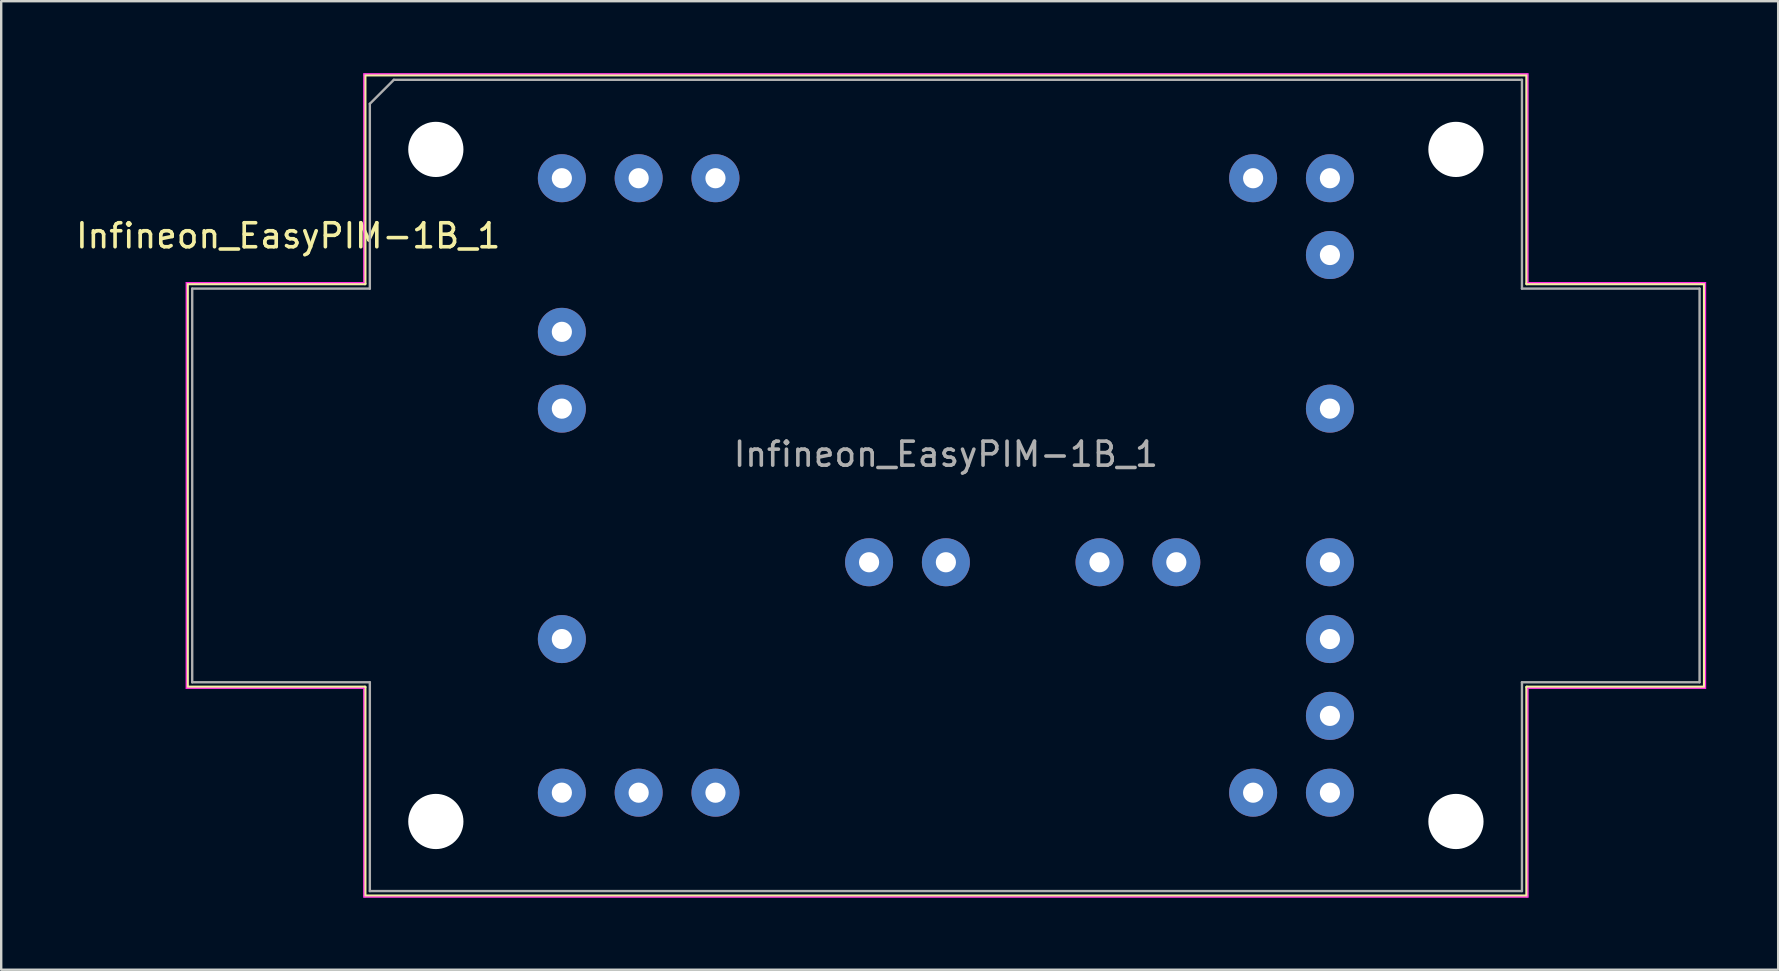
<source format=kicad_pcb>
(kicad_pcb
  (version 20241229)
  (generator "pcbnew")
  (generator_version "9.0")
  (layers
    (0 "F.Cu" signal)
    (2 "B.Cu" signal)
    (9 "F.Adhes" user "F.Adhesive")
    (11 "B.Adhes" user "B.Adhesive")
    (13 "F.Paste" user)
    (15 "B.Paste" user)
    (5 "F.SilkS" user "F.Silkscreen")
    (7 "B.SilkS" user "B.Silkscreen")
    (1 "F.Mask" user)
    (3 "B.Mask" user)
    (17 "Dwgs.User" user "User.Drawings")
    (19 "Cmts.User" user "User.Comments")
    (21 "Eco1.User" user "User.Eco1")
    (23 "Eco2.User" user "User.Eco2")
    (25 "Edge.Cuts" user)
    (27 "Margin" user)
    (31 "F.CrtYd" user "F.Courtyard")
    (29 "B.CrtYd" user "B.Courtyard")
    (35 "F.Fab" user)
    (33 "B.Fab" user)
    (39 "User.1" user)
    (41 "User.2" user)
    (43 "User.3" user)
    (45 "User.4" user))
  (footprint "Infineon_EasyPIM-1B_1"
    (layer "F.Cu")
    (at 20.358 4.375)
    (property "Reference" "Infineon_EasyPIM-1B_1" (at -11.4 2.4 0) (layer "F.SilkS") (effects (font (size 1 1) (thickness 0.15))))
    (attr through_hole)
    (fp_line (start -15.6 4.4) (end -15.6 21.2) (stroke (width 0.12) (type solid)) (layer "F.SilkS"))
    (fp_line (start -15.6 21.2) (end -8.2 21.2) (stroke (width 0.12) (type solid)) (layer "F.SilkS"))
    (fp_line (start -8.2 -4.3) (end -8.2 4.4) (stroke (width 0.12) (type solid)) (layer "F.SilkS"))
    (fp_line (start -8.2 4.4) (end -15.6 4.4) (stroke (width 0.12) (type solid)) (layer "F.SilkS"))
    (fp_line (start -8.2 21.2) (end -8.2 29.9) (stroke (width 0.12) (type solid)) (layer "F.SilkS"))
    (fp_line (start -8.2 29.9) (end 40.2 29.9) (stroke (width 0.12) (type solid)) (layer "F.SilkS"))
    (fp_line (start 40.2 -4.3) (end -8.2 -4.3) (stroke (width 0.12) (type solid)) (layer "F.SilkS"))
    (fp_line (start 40.2 4.4) (end 40.2 -4.3) (stroke (width 0.12) (type solid)) (layer "F.SilkS"))
    (fp_line (start 40.2 21.2) (end 47.6 21.2) (stroke (width 0.12) (type solid)) (layer "F.SilkS"))
    (fp_line (start 40.2 29.9) (end 40.2 21.2) (stroke (width 0.12) (type solid)) (layer "F.SilkS"))
    (fp_line (start 47.6 4.4) (end 40.2 4.4) (stroke (width 0.12) (type solid)) (layer "F.SilkS"))
    (fp_line (start 47.6 21.2) (end 47.6 4.4) (stroke (width 0.12) (type solid)) (layer "F.SilkS"))
    (fp_line (start -15.65 4.35) (end -15.65 21.25) (stroke (width 0.05) (type solid)) (layer "F.CrtYd"))
    (fp_line (start -8.25 -4.35) (end -8.25 4.35) (stroke (width 0.05) (type solid)) (layer "F.CrtYd"))
    (fp_line (start -8.25 -4.35) (end 40.25 -4.35) (stroke (width 0.05) (type solid)) (layer "F.CrtYd"))
    (fp_line (start -8.25 4.35) (end -15.65 4.35) (stroke (width 0.05) (type solid)) (layer "F.CrtYd"))
    (fp_line (start -8.25 21.25) (end -15.65 21.25) (stroke (width 0.05) (type solid)) (layer "F.CrtYd"))
    (fp_line (start -8.25 29.95) (end -8.25 21.25) (stroke (width 0.05) (type solid)) (layer "F.CrtYd"))
    (fp_line (start 40.25 4.35) (end 40.25 -4.35) (stroke (width 0.05) (type solid)) (layer "F.CrtYd"))
    (fp_line (start 40.25 21.25) (end 47.65 21.25) (stroke (width 0.05) (type solid)) (layer "F.CrtYd"))
    (fp_line (start 40.25 29.95) (end -8.25 29.95) (stroke (width 0.05) (type solid)) (layer "F.CrtYd"))
    (fp_line (start 40.25 29.95) (end 40.25 21.25) (stroke (width 0.05) (type solid)) (layer "F.CrtYd"))
    (fp_line (start 47.65 4.35) (end 40.25 4.35) (stroke (width 0.05) (type solid)) (layer "F.CrtYd"))
    (fp_line (start 47.65 21.25) (end 47.65 4.35) (stroke (width 0.05) (type solid)) (layer "F.CrtYd"))
    (fp_line (start -15.4 4.6) (end -15.4 21) (stroke (width 0.1) (type solid)) (layer "F.Fab"))
    (fp_line (start -15.4 4.6) (end -8 4.6) (stroke (width 0.1) (type solid)) (layer "F.Fab"))
    (fp_line (start -15.4 21) (end -8 21) (stroke (width 0.1) (type solid)) (layer "F.Fab"))
    (fp_line (start -8 4.6) (end -8 -3.1) (stroke (width 0.1) (type solid)) (layer "F.Fab"))
    (fp_line (start -8 29.7) (end -8 21) (stroke (width 0.1) (type solid)) (layer "F.Fab"))
    (fp_line (start -7 -4.1) (end -8 -3.1) (stroke (width 0.1) (type solid)) (layer "F.Fab"))
    (fp_line (start -7 -4.1) (end 40 -4.1) (stroke (width 0.1) (type solid)) (layer "F.Fab"))
    (fp_line (start 40 4.6) (end 40 -4.1) (stroke (width 0.1) (type solid)) (layer "F.Fab"))
    (fp_line (start 40 21) (end 40 29.7) (stroke (width 0.1) (type solid)) (layer "F.Fab"))
    (fp_line (start 40 29.7) (end -8 29.7) (stroke (width 0.1) (type solid)) (layer "F.Fab"))
    (fp_line (start 47.4 4.6) (end 40 4.6) (stroke (width 0.1) (type solid)) (layer "F.Fab"))
    (fp_line (start 47.4 4.6) (end 47.4 21) (stroke (width 0.1) (type solid)) (layer "F.Fab"))
    (fp_line (start 47.4 21) (end 40 21) (stroke (width 0.1) (type solid)) (layer "F.Fab"))
    (fp_text user "${REFERENCE}" (at 16 11.5 180) (layer "F.Fab") (effects (font (size 1 1) (thickness 0.15))))
    (pad "" np_thru_hole circle (at -5.25 -1.2) (size 2.3 2.3) (drill 2.3) (layers "*.Cu" "*.Mask"))
    (pad "" np_thru_hole circle (at -5.25 26.8) (size 2.3 2.3) (drill 2.3) (layers "*.Cu" "*.Mask"))
    (pad "" np_thru_hole circle (at 37.25 -1.2) (size 2.3 2.3) (drill 2.3) (layers "*.Cu" "*.Mask"))
    (pad "" np_thru_hole circle (at 37.25 26.8) (size 2.3 2.3) (drill 2.3) (layers "*.Cu" "*.Mask"))
    (pad "E'U" thru_hole circle (at 32 25.6) (size 2 2) (drill 0.84) (layers "*.Cu" "*.Mask"))
    (pad "E'V" thru_hole circle (at 32 19.2) (size 2 2) (drill 0.84) (layers "*.Cu" "*.Mask"))
    (pad "E'W" thru_hole circle (at 32 0) (size 2 2) (drill 0.84) (layers "*.Cu" "*.Mask"))
    (pad "EU" thru_hole circle (at 32 22.4) (size 2 2) (drill 0.84) (layers "*.Cu" "*.Mask"))
    (pad "EV" thru_hole circle (at 32 16) (size 2 2) (drill 0.84) (layers "*.Cu" "*.Mask"))
    (pad "EW" thru_hole circle (at 32 3.2) (size 2 2) (drill 0.84) (layers "*.Cu" "*.Mask"))
    (pad "G1" thru_hole circle (at 0 25.6) (size 2 2) (drill 0.84) (layers "*.Cu" "*.Mask"))
    (pad "G2" thru_hole circle (at 28.8 25.6) (size 2 2) (drill 0.84) (layers "*.Cu" "*.Mask"))
    (pad "G3" thru_hole circle (at 0 19.2) (size 2 2) (drill 0.84) (layers "*.Cu" "*.Mask"))
    (pad "G4" thru_hole circle (at 32 9.6) (size 2 2) (drill 0.84) (layers "*.Cu" "*.Mask"))
    (pad "G5" thru_hole circle (at 0 0) (size 2 2) (drill 0.84) (layers "*.Cu" "*.Mask"))
    (pad "G6" thru_hole circle (at 28.8 0) (size 2 2) (drill 0.84) (layers "*.Cu" "*.Mask"))
    (pad "P" thru_hole circle (at 12.8 16) (size 2 2) (drill 0.84) (layers "*.Cu" "*.Mask"))
    (pad "P" thru_hole circle (at 16 16) (size 2 2) (drill 0.84) (layers "*.Cu" "*.Mask"))
    (pad "T1" thru_hole circle (at 22.4 16) (size 2 2) (drill 0.84) (layers "*.Cu" "*.Mask"))
    (pad "T2" thru_hole circle (at 25.6 16) (size 2 2) (drill 0.84) (layers "*.Cu" "*.Mask"))
    (pad "U" thru_hole circle (at 3.2 25.6) (size 2 2) (drill 0.84) (layers "*.Cu" "*.Mask"))
    (pad "U" thru_hole circle (at 6.4 25.6) (size 2 2) (drill 0.84) (layers "*.Cu" "*.Mask"))
    (pad "V" thru_hole circle (at 0 6.4) (size 2 2) (drill 0.84) (layers "*.Cu" "*.Mask"))
    (pad "V" thru_hole circle (at 0 9.6) (size 2 2) (drill 0.84) (layers "*.Cu" "*.Mask"))
    (pad "W" thru_hole circle (at 3.2 0) (size 2 2) (drill 0.84) (layers "*.Cu" "*.Mask"))
    (pad "W" thru_hole circle (at 6.4 0) (size 2 2) (drill 0.84) (layers "*.Cu" "*.Mask"))
    (zone (net_name "") (layers "F.Cu" "B.Cu") (name "MH") (hatch full 0.508) (connect_pads) (min_thickness 0.254) (filled_areas_thickness no) (keepout (tracks not_allowed) (vias not_allowed) (pads not_allowed) (copperpour not_allowed) (footprints not_allowed)) (placement (enabled no)) (fill) (polygon (pts (xy 14.603 17.175) (xy 14.584 16.744) (xy 14.525 16.317) (xy 14.428 15.896) (xy 14.293 15.486) (xy 14.122 15.091) (xy 13.916 14.712) (xy 13.676 14.353) (xy 13.404 14.018) (xy 13.103 13.709) (xy 12.776 13.428) (xy 12.424 13.178) (xy 12.051 12.961) (xy 11.66 12.779) (xy 11.254 12.633) (xy 10.837 12.524) (xy 10.411 12.453) (xy 9.981 12.422) (xy 9.55 12.429) (xy 9.121 12.476) (xy 8.698 12.561) (xy 8.285 12.684) (xy 7.884 12.845) (xy 7.5 13.04) (xy 7.135 13.27) (xy 6.792 13.532) (xy 6.474 13.824) (xy 6.184 14.144) (xy 5.925 14.489) (xy 5.698 14.855) (xy 5.504 15.241) (xy 5.347 15.643) (xy 5.227 16.057) (xy 5.144 16.48) (xy 5.101 16.91) (xy 5.096 17.341) (xy 5.131 17.771) (xy 5.204 18.196) (xy 5.316 18.613) (xy 5.465 19.018) (xy 5.65 19.407) (xy 5.869 19.779) (xy 6.122 20.129) (xy 6.405 20.454) (xy 6.716 20.753) (xy 7.053 21.022) (xy 7.414 21.259) (xy 7.794 21.463) (xy 8.191 21.632) (xy 8.602 21.764) (xy 9.023 21.858) (xy 9.45 21.913) (xy 9.882 21.93) (xy 10.312 21.907) (xy 10.739 21.846) (xy 11.159 21.746) (xy 11.568 21.608) (xy 11.963 21.434) (xy 12.34 21.225) (xy 12.697 20.983) (xy 13.03 20.709) (xy 13.337 20.406) (xy 13.616 20.076) (xy 13.863 19.723) (xy 14.078 19.349) (xy 14.257 18.956) (xy 14.4 18.549) (xy 14.506 18.131) (xy 14.574 17.705) (xy 14.602 17.275))))
    (zone (net_name "") (layers "F.Cu" "B.Cu") (name "MH") (hatch full 0.508) (connect_pads) (min_thickness 0.254) (filled_areas_thickness no) (keepout (tracks not_allowed) (vias not_allowed) (pads not_allowed) (copperpour not_allowed) (footprints not_allowed)) (placement (enabled no)) (fill) (polygon (pts (xy 67.603 17.175) (xy 67.584 16.744) (xy 67.525 16.317) (xy 67.428 15.896) (xy 67.293 15.486) (xy 67.122 15.091) (xy 66.916 14.712) (xy 66.676 14.353) (xy 66.404 14.018) (xy 66.103 13.709) (xy 65.776 13.428) (xy 65.424 13.178) (xy 65.051 12.961) (xy 64.66 12.779) (xy 64.254 12.633) (xy 63.837 12.524) (xy 63.411 12.453) (xy 62.981 12.422) (xy 62.55 12.429) (xy 62.121 12.476) (xy 61.698 12.561) (xy 61.285 12.684) (xy 60.884 12.845) (xy 60.5 13.04) (xy 60.135 13.27) (xy 59.792 13.532) (xy 59.474 13.824) (xy 59.184 14.144) (xy 58.925 14.489) (xy 58.698 14.855) (xy 58.504 15.241) (xy 58.347 15.643) (xy 58.227 16.057) (xy 58.144 16.48) (xy 58.101 16.91) (xy 58.096 17.341) (xy 58.131 17.771) (xy 58.204 18.196) (xy 58.316 18.613) (xy 58.465 19.018) (xy 58.65 19.407) (xy 58.869 19.779) (xy 59.122 20.129) (xy 59.405 20.454) (xy 59.716 20.753) (xy 60.053 21.022) (xy 60.414 21.259) (xy 60.794 21.463) (xy 61.191 21.632) (xy 61.602 21.764) (xy 62.023 21.858) (xy 62.45 21.913) (xy 62.882 21.93) (xy 63.312 21.907) (xy 63.739 21.846) (xy 64.159 21.746) (xy 64.568 21.608) (xy 64.963 21.434) (xy 65.34 21.225) (xy 65.697 20.983) (xy 66.03 20.709) (xy 66.337 20.406) (xy 66.616 20.076) (xy 66.863 19.723) (xy 67.078 19.349) (xy 67.257 18.956) (xy 67.4 18.549) (xy 67.506 18.131) (xy 67.574 17.705) (xy 67.602 17.275)))))
  (gr_rect
    (start -3 -3)
    (end 71.033 37.35)
    (stroke (width 0.1) (type default))
    (fill no)
    (layer "Edge.Cuts")))
</source>
